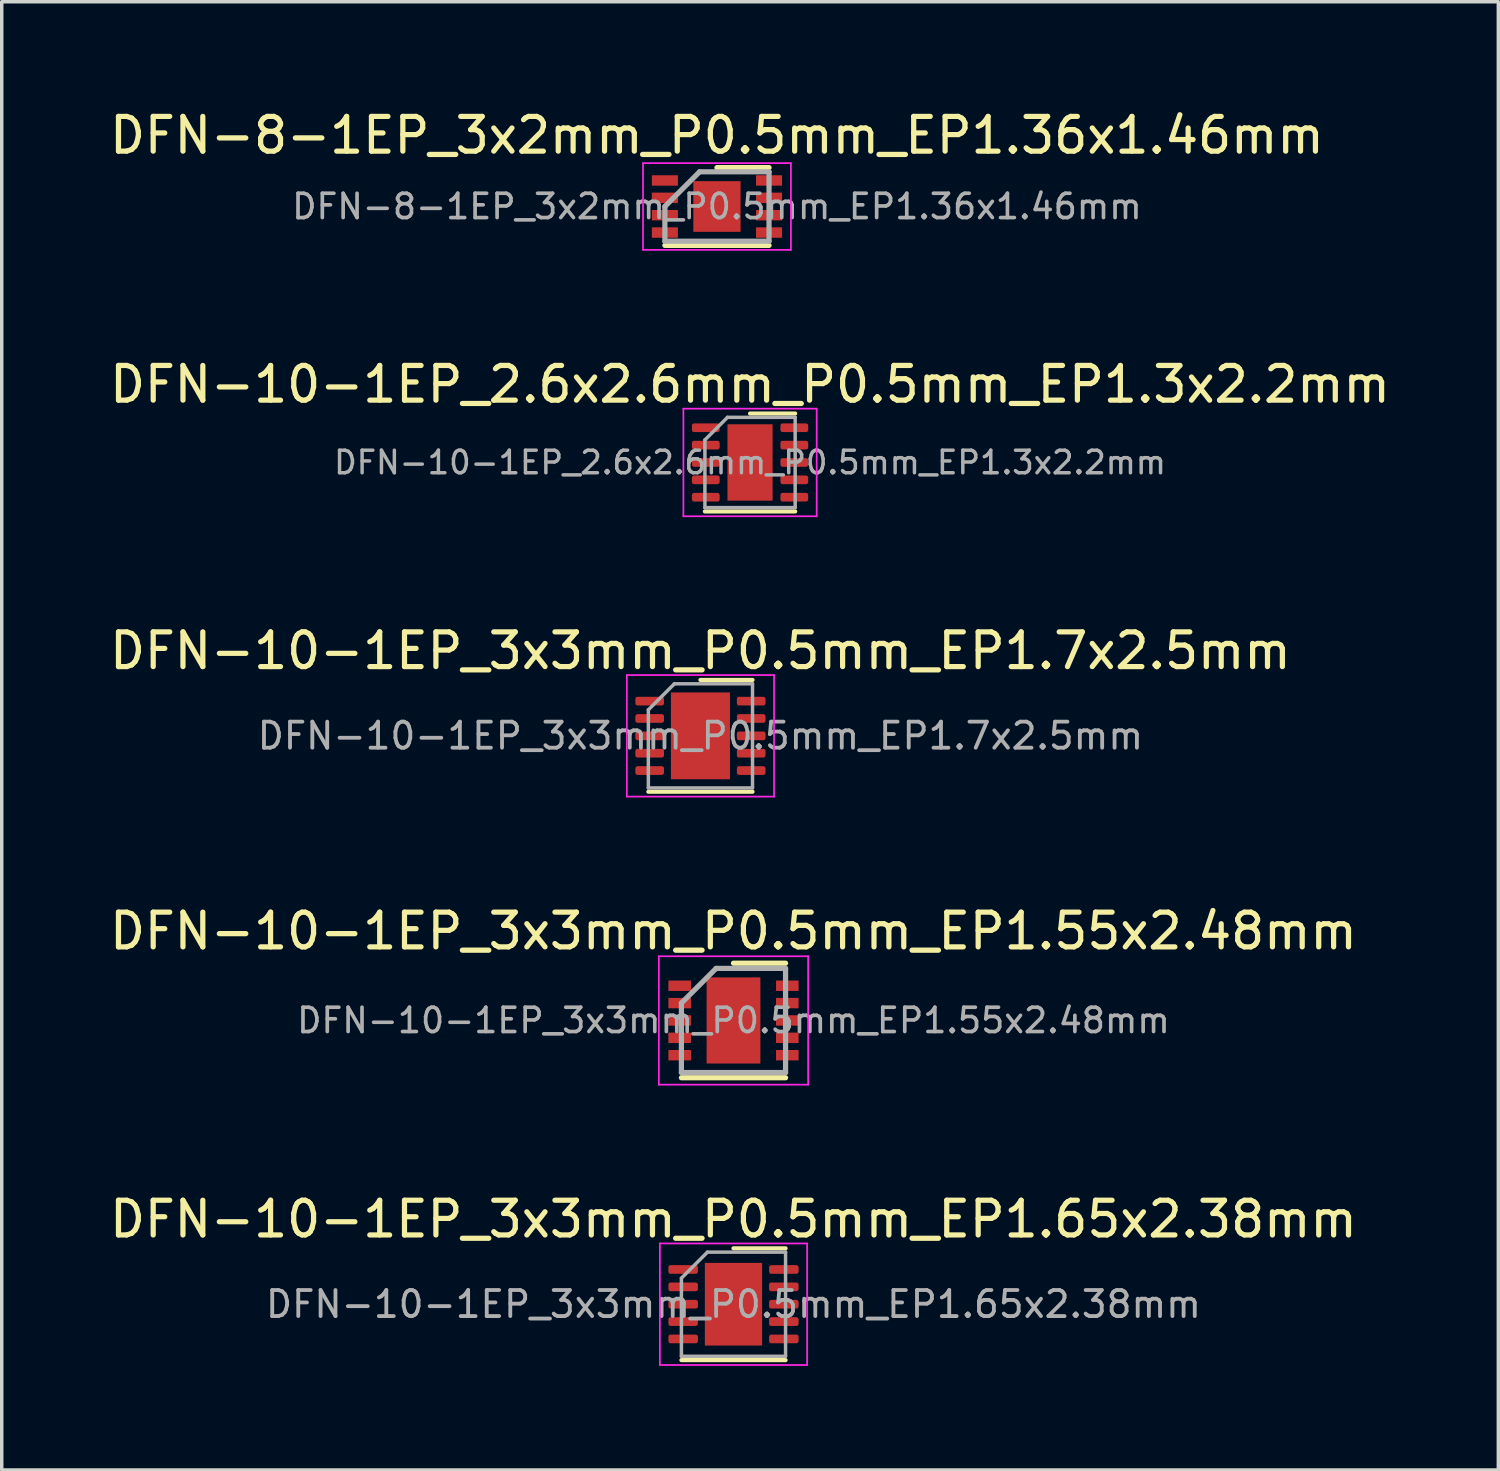
<source format=kicad_pcb>
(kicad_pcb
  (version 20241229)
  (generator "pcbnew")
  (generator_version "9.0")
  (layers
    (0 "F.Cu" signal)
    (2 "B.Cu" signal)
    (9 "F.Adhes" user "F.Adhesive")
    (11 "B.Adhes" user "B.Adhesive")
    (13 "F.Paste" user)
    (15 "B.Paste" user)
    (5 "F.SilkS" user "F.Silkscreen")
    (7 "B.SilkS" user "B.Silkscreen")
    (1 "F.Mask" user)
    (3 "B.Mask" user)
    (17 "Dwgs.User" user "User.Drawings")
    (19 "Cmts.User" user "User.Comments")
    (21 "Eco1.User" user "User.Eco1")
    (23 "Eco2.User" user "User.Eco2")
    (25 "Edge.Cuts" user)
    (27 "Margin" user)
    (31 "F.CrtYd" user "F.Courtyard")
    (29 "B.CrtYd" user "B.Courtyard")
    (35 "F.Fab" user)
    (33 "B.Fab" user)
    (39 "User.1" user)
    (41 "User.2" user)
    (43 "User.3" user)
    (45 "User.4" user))
  (footprint "DFN-8-1EP_3x2mm_P0.5mm_EP1.36x1.46mm"
    (layer "F.Cu")
    (at 17.601 2.898)
    (property "Reference" "DFN-8-1EP_3x2mm_P0.5mm_EP1.36x1.46mm" (at 0 -2.05 0) (layer "F.SilkS") (effects (font (size 1 1) (thickness 0.15))))
    (attr smd)
    (fp_line (start -1.5 1.12) (end 1.5 1.12) (stroke (width 0.15) (type solid)) (layer "F.SilkS"))
    (fp_line (start 0 -1.12) (end 1.5 -1.12) (stroke (width 0.15) (type solid)) (layer "F.SilkS"))
    (fp_line (start -2.13 -1.25) (end -2.13 1.25) (stroke (width 0.05) (type solid)) (layer "F.CrtYd"))
    (fp_line (start -2.13 -1.25) (end 2.13 -1.25) (stroke (width 0.05) (type solid)) (layer "F.CrtYd"))
    (fp_line (start -2.13 1.25) (end 2.13 1.25) (stroke (width 0.05) (type solid)) (layer "F.CrtYd"))
    (fp_line (start 2.13 -1.25) (end 2.13 1.25) (stroke (width 0.05) (type solid)) (layer "F.CrtYd"))
    (fp_line (start -1.5 0) (end -0.5 -1) (stroke (width 0.15) (type solid)) (layer "F.Fab"))
    (fp_line (start -1.5 1) (end -1.5 0) (stroke (width 0.15) (type solid)) (layer "F.Fab"))
    (fp_line (start -0.5 -1) (end 1.5 -1) (stroke (width 0.15) (type solid)) (layer "F.Fab"))
    (fp_line (start 1.5 -1) (end 1.5 1) (stroke (width 0.15) (type solid)) (layer "F.Fab"))
    (fp_line (start 1.5 1) (end -1.5 1) (stroke (width 0.15) (type solid)) (layer "F.Fab"))
    (fp_text user "${REFERENCE}" (at 0 0 0) (layer "F.Fab") (effects (font (size 0.7 0.7) (thickness 0.105))))
    (pad "" smd rect (at -0.325 -0.375) (size 0.5 0.6) (layers "F.Paste"))
    (pad "" smd rect (at -0.325 0.375) (size 0.5 0.6) (layers "F.Paste"))
    (pad "" smd rect (at 0.325 -0.375) (size 0.5 0.6) (layers "F.Paste"))
    (pad "" smd rect (at 0.325 0.375) (size 0.5 0.6) (layers "F.Paste"))
    (pad "1" smd rect (at -1.5 -0.75) (size 0.75 0.3) (layers "F.Cu" "F.Mask" "F.Paste"))
    (pad "2" smd rect (at -1.5 -0.25) (size 0.75 0.3) (layers "F.Cu" "F.Mask" "F.Paste"))
    (pad "3" smd rect (at -1.5 0.25) (size 0.75 0.3) (layers "F.Cu" "F.Mask" "F.Paste"))
    (pad "4" smd rect (at -1.5 0.75) (size 0.75 0.3) (layers "F.Cu" "F.Mask" "F.Paste"))
    (pad "5" smd rect (at 1.5 0.75) (size 0.75 0.3) (layers "F.Cu" "F.Mask" "F.Paste"))
    (pad "6" smd rect (at 1.5 0.25) (size 0.75 0.3) (layers "F.Cu" "F.Mask" "F.Paste"))
    (pad "7" smd rect (at 1.5 -0.25) (size 0.75 0.3) (layers "F.Cu" "F.Mask" "F.Paste"))
    (pad "8" smd rect (at 1.5 -0.75) (size 0.75 0.3) (layers "F.Cu" "F.Mask" "F.Paste"))
    (pad "9" smd rect (at 0 0) (size 1.36 1.46) (layers "F.Cu" "F.Mask")))
  (footprint "DFN-10-1EP_2.6x2.6mm_P0.5mm_EP1.3x2.2mm"
    (layer "F.Cu")
    (at 18.554 10.271)
    (property "Reference" "DFN-10-1EP_2.6x2.6mm_P0.5mm_EP1.3x2.2mm" (at 0 -2.25 0) (layer "F.SilkS") (effects (font (size 1 1) (thickness 0.15))))
    (attr smd)
    (fp_line (start -1.3 1.41) (end 1.3 1.41) (stroke (width 0.12) (type solid)) (layer "F.SilkS"))
    (fp_line (start 0 -1.41) (end 1.3 -1.41) (stroke (width 0.12) (type solid)) (layer "F.SilkS"))
    (fp_line (start -1.92 -1.55) (end -1.92 1.55) (stroke (width 0.05) (type solid)) (layer "F.CrtYd"))
    (fp_line (start -1.92 1.55) (end 1.92 1.55) (stroke (width 0.05) (type solid)) (layer "F.CrtYd"))
    (fp_line (start 1.92 -1.55) (end -1.92 -1.55) (stroke (width 0.05) (type solid)) (layer "F.CrtYd"))
    (fp_line (start 1.92 1.55) (end 1.92 -1.55) (stroke (width 0.05) (type solid)) (layer "F.CrtYd"))
    (fp_line (start -1.3 -0.65) (end -0.65 -1.3) (stroke (width 0.1) (type solid)) (layer "F.Fab"))
    (fp_line (start -1.3 1.3) (end -1.3 -0.65) (stroke (width 0.1) (type solid)) (layer "F.Fab"))
    (fp_line (start -0.65 -1.3) (end 1.3 -1.3) (stroke (width 0.1) (type solid)) (layer "F.Fab"))
    (fp_line (start 1.3 -1.3) (end 1.3 1.3) (stroke (width 0.1) (type solid)) (layer "F.Fab"))
    (fp_line (start 1.3 1.3) (end -1.3 1.3) (stroke (width 0.1) (type solid)) (layer "F.Fab"))
    (fp_text user "${REFERENCE}" (at 0 0 0) (layer "F.Fab") (effects (font (size 0.65 0.65) (thickness 0.1))))
    (pad "" smd roundrect (at -0.325 -0.55) (size 0.52 0.89) (layers "F.Paste") (roundrect_rratio 0.25))
    (pad "" smd roundrect (at -0.325 0.55) (size 0.52 0.89) (layers "F.Paste") (roundrect_rratio 0.25))
    (pad "" smd roundrect (at 0.325 -0.55) (size 0.52 0.89) (layers "F.Paste") (roundrect_rratio 0.25))
    (pad "" smd roundrect (at 0.325 0.55) (size 0.52 0.89) (layers "F.Paste") (roundrect_rratio 0.25))
    (pad "1" smd roundrect (at -1.275 -1) (size 0.8 0.25) (layers "F.Cu" "F.Mask" "F.Paste") (roundrect_rratio 0.25))
    (pad "2" smd roundrect (at -1.275 -0.5) (size 0.8 0.25) (layers "F.Cu" "F.Mask" "F.Paste") (roundrect_rratio 0.25))
    (pad "3" smd roundrect (at -1.275 0) (size 0.8 0.25) (layers "F.Cu" "F.Mask" "F.Paste") (roundrect_rratio 0.25))
    (pad "4" smd roundrect (at -1.275 0.5) (size 0.8 0.25) (layers "F.Cu" "F.Mask" "F.Paste") (roundrect_rratio 0.25))
    (pad "5" smd roundrect (at -1.275 1) (size 0.8 0.25) (layers "F.Cu" "F.Mask" "F.Paste") (roundrect_rratio 0.25))
    (pad "6" smd roundrect (at 1.275 1) (size 0.8 0.25) (layers "F.Cu" "F.Mask" "F.Paste") (roundrect_rratio 0.25))
    (pad "7" smd roundrect (at 1.275 0.5) (size 0.8 0.25) (layers "F.Cu" "F.Mask" "F.Paste") (roundrect_rratio 0.25))
    (pad "8" smd roundrect (at 1.275 0) (size 0.8 0.25) (layers "F.Cu" "F.Mask" "F.Paste") (roundrect_rratio 0.25))
    (pad "9" smd roundrect (at 1.275 -0.5) (size 0.8 0.25) (layers "F.Cu" "F.Mask" "F.Paste") (roundrect_rratio 0.25))
    (pad "10" smd roundrect (at 1.275 -1) (size 0.8 0.25) (layers "F.Cu" "F.Mask" "F.Paste") (roundrect_rratio 0.25))
    (pad "11" smd rect (at 0 0) (size 1.3 2.2) (layers "F.Cu" "F.Mask")))
  (footprint "DFN-10-1EP_3x3mm_P0.5mm_EP1.65x2.38mm"
    (layer "F.Cu")
    (at 18.077 34.516)
    (property "Reference" "DFN-10-1EP_3x3mm_P0.5mm_EP1.65x2.38mm" (at 0 -2.45 0) (layer "F.SilkS") (effects (font (size 1 1) (thickness 0.15))))
    (attr smd)
    (fp_line (start -1.5 1.61) (end 1.5 1.61) (stroke (width 0.12) (type solid)) (layer "F.SilkS"))
    (fp_line (start 0 -1.61) (end 1.5 -1.61) (stroke (width 0.12) (type solid)) (layer "F.SilkS"))
    (fp_line (start -2.12 -1.75) (end -2.12 1.75) (stroke (width 0.05) (type solid)) (layer "F.CrtYd"))
    (fp_line (start -2.12 1.75) (end 2.12 1.75) (stroke (width 0.05) (type solid)) (layer "F.CrtYd"))
    (fp_line (start 2.12 -1.75) (end -2.12 -1.75) (stroke (width 0.05) (type solid)) (layer "F.CrtYd"))
    (fp_line (start 2.12 1.75) (end 2.12 -1.75) (stroke (width 0.05) (type solid)) (layer "F.CrtYd"))
    (fp_line (start -1.5 -0.75) (end -0.75 -1.5) (stroke (width 0.1) (type solid)) (layer "F.Fab"))
    (fp_line (start -1.5 1.5) (end -1.5 -0.75) (stroke (width 0.1) (type solid)) (layer "F.Fab"))
    (fp_line (start -0.75 -1.5) (end 1.5 -1.5) (stroke (width 0.1) (type solid)) (layer "F.Fab"))
    (fp_line (start 1.5 -1.5) (end 1.5 1.5) (stroke (width 0.1) (type solid)) (layer "F.Fab"))
    (fp_line (start 1.5 1.5) (end -1.5 1.5) (stroke (width 0.1) (type solid)) (layer "F.Fab"))
    (fp_text user "${REFERENCE}" (at 0 0 0) (layer "F.Fab") (effects (font (size 0.75 0.75) (thickness 0.11))))
    (pad "" smd roundrect (at -0.41 -0.595) (size 0.67 0.96) (layers "F.Paste") (roundrect_rratio 0.25))
    (pad "" smd roundrect (at -0.41 0.595) (size 0.67 0.96) (layers "F.Paste") (roundrect_rratio 0.25))
    (pad "" smd roundrect (at 0.41 -0.595) (size 0.67 0.96) (layers "F.Paste") (roundrect_rratio 0.25))
    (pad "" smd roundrect (at 0.41 0.595) (size 0.67 0.96) (layers "F.Paste") (roundrect_rratio 0.25))
    (pad "1" smd roundrect (at -1.45 -1) (size 0.85 0.25) (layers "F.Cu" "F.Mask" "F.Paste") (roundrect_rratio 0.25))
    (pad "2" smd roundrect (at -1.45 -0.5) (size 0.85 0.25) (layers "F.Cu" "F.Mask" "F.Paste") (roundrect_rratio 0.25))
    (pad "3" smd roundrect (at -1.45 0) (size 0.85 0.25) (layers "F.Cu" "F.Mask" "F.Paste") (roundrect_rratio 0.25))
    (pad "4" smd roundrect (at -1.45 0.5) (size 0.85 0.25) (layers "F.Cu" "F.Mask" "F.Paste") (roundrect_rratio 0.25))
    (pad "5" smd roundrect (at -1.45 1) (size 0.85 0.25) (layers "F.Cu" "F.Mask" "F.Paste") (roundrect_rratio 0.25))
    (pad "6" smd roundrect (at 1.45 1) (size 0.85 0.25) (layers "F.Cu" "F.Mask" "F.Paste") (roundrect_rratio 0.25))
    (pad "7" smd roundrect (at 1.45 0.5) (size 0.85 0.25) (layers "F.Cu" "F.Mask" "F.Paste") (roundrect_rratio 0.25))
    (pad "8" smd roundrect (at 1.45 0) (size 0.85 0.25) (layers "F.Cu" "F.Mask" "F.Paste") (roundrect_rratio 0.25))
    (pad "9" smd roundrect (at 1.45 -0.5) (size 0.85 0.25) (layers "F.Cu" "F.Mask" "F.Paste") (roundrect_rratio 0.25))
    (pad "10" smd roundrect (at 1.45 -1) (size 0.85 0.25) (layers "F.Cu" "F.Mask" "F.Paste") (roundrect_rratio 0.25))
    (pad "11" smd rect (at 0 0) (size 1.65 2.38) (layers "F.Cu" "F.Mask")))
  (footprint "DFN-10-1EP_3x3mm_P0.5mm_EP1.55x2.48mm"
    (layer "F.Cu")
    (at 18.077 26.343)
    (property "Reference" "DFN-10-1EP_3x3mm_P0.5mm_EP1.55x2.48mm" (at 0 -2.575 0) (layer "F.SilkS") (effects (font (size 1 1) (thickness 0.15))))
    (attr smd)
    (fp_line (start -1.5 1.65) (end 1.5 1.65) (stroke (width 0.15) (type solid)) (layer "F.SilkS"))
    (fp_line (start 0 -1.65) (end 1.5 -1.65) (stroke (width 0.15) (type solid)) (layer "F.SilkS"))
    (fp_line (start -2.15 -1.85) (end -2.15 1.85) (stroke (width 0.05) (type solid)) (layer "F.CrtYd"))
    (fp_line (start -2.15 -1.85) (end 2.15 -1.85) (stroke (width 0.05) (type solid)) (layer "F.CrtYd"))
    (fp_line (start -2.15 1.85) (end 2.15 1.85) (stroke (width 0.05) (type solid)) (layer "F.CrtYd"))
    (fp_line (start 2.15 -1.85) (end 2.15 1.85) (stroke (width 0.05) (type solid)) (layer "F.CrtYd"))
    (fp_line (start -1.5 -0.5) (end -0.5 -1.5) (stroke (width 0.15) (type solid)) (layer "F.Fab"))
    (fp_line (start -1.5 1.5) (end -1.5 -0.5) (stroke (width 0.15) (type solid)) (layer "F.Fab"))
    (fp_line (start -0.5 -1.5) (end 1.5 -1.5) (stroke (width 0.15) (type solid)) (layer "F.Fab"))
    (fp_line (start 1.5 -1.5) (end 1.5 1.5) (stroke (width 0.15) (type solid)) (layer "F.Fab"))
    (fp_line (start 1.5 1.5) (end -1.5 1.5) (stroke (width 0.15) (type solid)) (layer "F.Fab"))
    (fp_text user "${REFERENCE}" (at 0 0 0) (layer "F.Fab") (effects (font (size 0.7 0.7) (thickness 0.105))))
    (pad "" smd rect (at -0.388 -0.62) (size 0.6 1.05) (layers "F.Paste"))
    (pad "" smd rect (at -0.388 0.62) (size 0.6 1.05) (layers "F.Paste"))
    (pad "" smd rect (at 0.388 -0.62) (size 0.6 1.05) (layers "F.Paste"))
    (pad "" smd rect (at 0.388 0.62) (size 0.6 1.05) (layers "F.Paste"))
    (pad "1" smd rect (at -1.55 -1) (size 0.65 0.3) (layers "F.Cu" "F.Mask" "F.Paste"))
    (pad "2" smd rect (at -1.55 -0.5) (size 0.65 0.3) (layers "F.Cu" "F.Mask" "F.Paste"))
    (pad "3" smd rect (at -1.55 0) (size 0.65 0.3) (layers "F.Cu" "F.Mask" "F.Paste"))
    (pad "4" smd rect (at -1.55 0.5) (size 0.65 0.3) (layers "F.Cu" "F.Mask" "F.Paste"))
    (pad "5" smd rect (at -1.55 1) (size 0.65 0.3) (layers "F.Cu" "F.Mask" "F.Paste"))
    (pad "6" smd rect (at 1.55 1) (size 0.65 0.3) (layers "F.Cu" "F.Mask" "F.Paste"))
    (pad "7" smd rect (at 1.55 0.5) (size 0.65 0.3) (layers "F.Cu" "F.Mask" "F.Paste"))
    (pad "8" smd rect (at 1.55 0) (size 0.65 0.3) (layers "F.Cu" "F.Mask" "F.Paste"))
    (pad "9" smd rect (at 1.55 -0.5) (size 0.65 0.3) (layers "F.Cu" "F.Mask" "F.Paste"))
    (pad "10" smd rect (at 1.55 -1) (size 0.65 0.3) (layers "F.Cu" "F.Mask" "F.Paste"))
    (pad "11" smd rect (at 0 0) (size 1.55 2.48) (layers "F.Cu" "F.Mask")))
  (footprint "DFN-10-1EP_3x3mm_P0.5mm_EP1.7x2.5mm"
    (layer "F.Cu")
    (at 17.125 18.145)
    (property "Reference" "DFN-10-1EP_3x3mm_P0.5mm_EP1.7x2.5mm" (at 0 -2.45 0) (layer "F.SilkS") (effects (font (size 1 1) (thickness 0.15))))
    (attr smd)
    (fp_line (start -1.5 1.61) (end 1.5 1.61) (stroke (width 0.12) (type solid)) (layer "F.SilkS"))
    (fp_line (start 0 -1.61) (end 1.5 -1.61) (stroke (width 0.12) (type solid)) (layer "F.SilkS"))
    (fp_line (start -2.12 -1.75) (end -2.12 1.75) (stroke (width 0.05) (type solid)) (layer "F.CrtYd"))
    (fp_line (start -2.12 1.75) (end 2.12 1.75) (stroke (width 0.05) (type solid)) (layer "F.CrtYd"))
    (fp_line (start 2.12 -1.75) (end -2.12 -1.75) (stroke (width 0.05) (type solid)) (layer "F.CrtYd"))
    (fp_line (start 2.12 1.75) (end 2.12 -1.75) (stroke (width 0.05) (type solid)) (layer "F.CrtYd"))
    (fp_line (start -1.5 -0.75) (end -0.75 -1.5) (stroke (width 0.1) (type solid)) (layer "F.Fab"))
    (fp_line (start -1.5 1.5) (end -1.5 -0.75) (stroke (width 0.1) (type solid)) (layer "F.Fab"))
    (fp_line (start -0.75 -1.5) (end 1.5 -1.5) (stroke (width 0.1) (type solid)) (layer "F.Fab"))
    (fp_line (start 1.5 -1.5) (end 1.5 1.5) (stroke (width 0.1) (type solid)) (layer "F.Fab"))
    (fp_line (start 1.5 1.5) (end -1.5 1.5) (stroke (width 0.1) (type solid)) (layer "F.Fab"))
    (fp_text user "${REFERENCE}" (at 0 0 0) (layer "F.Fab") (effects (font (size 0.75 0.75) (thickness 0.11))))
    (pad "" smd roundrect (at -0.425 -0.625) (size 0.69 1.01) (layers "F.Paste") (roundrect_rratio 0.25))
    (pad "" smd roundrect (at -0.425 0.625) (size 0.69 1.01) (layers "F.Paste") (roundrect_rratio 0.25))
    (pad "" smd roundrect (at 0.425 -0.625) (size 0.69 1.01) (layers "F.Paste") (roundrect_rratio 0.25))
    (pad "" smd roundrect (at 0.425 0.625) (size 0.69 1.01) (layers "F.Paste") (roundrect_rratio 0.25))
    (pad "1" smd roundrect (at -1.462 -1) (size 0.825 0.25) (layers "F.Cu" "F.Mask" "F.Paste") (roundrect_rratio 0.25))
    (pad "2" smd roundrect (at -1.462 -0.5) (size 0.825 0.25) (layers "F.Cu" "F.Mask" "F.Paste") (roundrect_rratio 0.25))
    (pad "3" smd roundrect (at -1.462 0) (size 0.825 0.25) (layers "F.Cu" "F.Mask" "F.Paste") (roundrect_rratio 0.25))
    (pad "4" smd roundrect (at -1.462 0.5) (size 0.825 0.25) (layers "F.Cu" "F.Mask" "F.Paste") (roundrect_rratio 0.25))
    (pad "5" smd roundrect (at -1.462 1) (size 0.825 0.25) (layers "F.Cu" "F.Mask" "F.Paste") (roundrect_rratio 0.25))
    (pad "6" smd roundrect (at 1.462 1) (size 0.825 0.25) (layers "F.Cu" "F.Mask" "F.Paste") (roundrect_rratio 0.25))
    (pad "7" smd roundrect (at 1.462 0.5) (size 0.825 0.25) (layers "F.Cu" "F.Mask" "F.Paste") (roundrect_rratio 0.25))
    (pad "8" smd roundrect (at 1.462 0) (size 0.825 0.25) (layers "F.Cu" "F.Mask" "F.Paste") (roundrect_rratio 0.25))
    (pad "9" smd roundrect (at 1.462 -0.5) (size 0.825 0.25) (layers "F.Cu" "F.Mask" "F.Paste") (roundrect_rratio 0.25))
    (pad "10" smd roundrect (at 1.462 -1) (size 0.825 0.25) (layers "F.Cu" "F.Mask" "F.Paste") (roundrect_rratio 0.25))
    (pad "11" smd rect (at 0 0) (size 1.7 2.5) (layers "F.Cu" "F.Mask")))
  (gr_rect
    (start -3 -3)
    (end 40.107 39.291)
    (stroke (width 0.1) (type default))
    (fill no)
    (layer "Edge.Cuts")))
</source>
